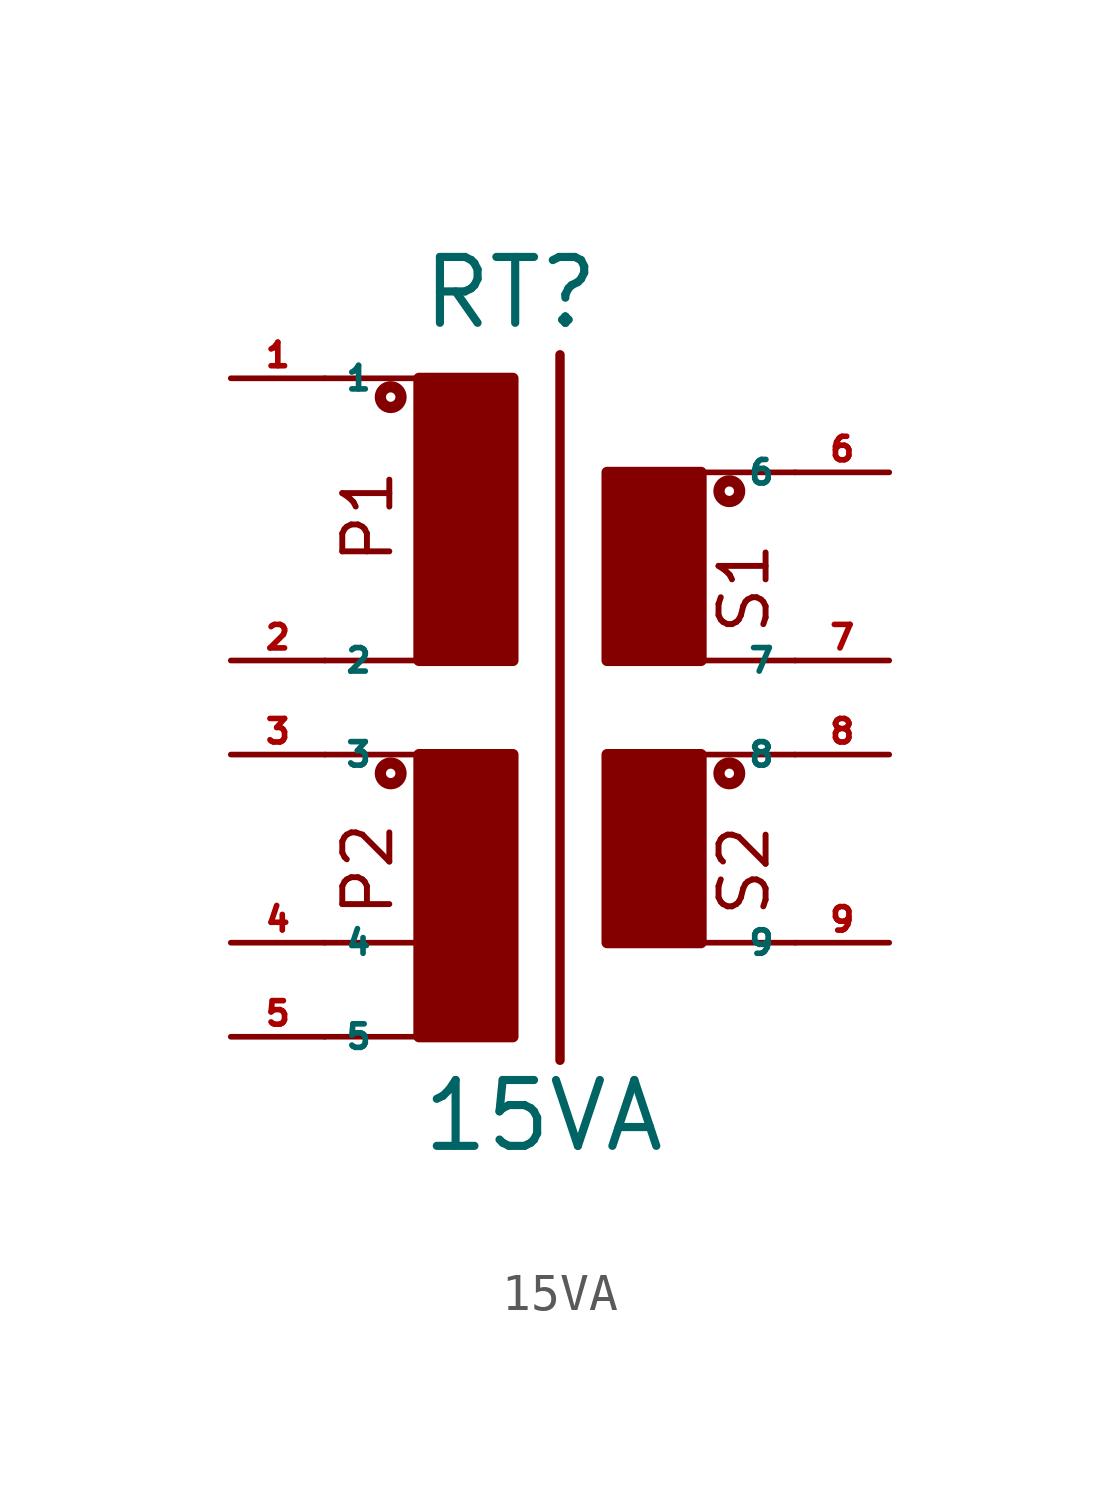
<source format=kicad_sym>
(kicad_symbol_lib
  (version 20220914)
  (generator Eagle2Kicad)
  (symbol "15VA"
    (property "Reference" "RT"
      (at -2.54 8.89 0)
      (effects (font (size 1.778 1.778) (thickness 0.22)) (justify left bottom)))
    (property "Value" "15VA"
      (at -2.54 -13.335 0)
      (effects (font (size 1.778 1.778) (thickness 0.22)) (justify left bottom)))
    (polyline
      (pts (xy -5.08 7.62) (xy -2.54 7.62))
      (stroke (width 0.152) (type default))
      (fill (type none)))
    (polyline
      (pts (xy 0 7.62) (xy 0 0))
      (stroke (width 0.254) (type default))
      (fill (type none)))
    (polyline
      (pts (xy 0 0) (xy -2.54 0))
      (stroke (width 0.254) (type default))
      (fill (type none)))
    (polyline
      (pts (xy 2.54 5.08) (xy 2.54 0))
      (stroke (width 0.254) (type default))
      (fill (type none)))
    (polyline
      (pts (xy 2.54 0) (xy 5.08 0))
      (stroke (width 0.254) (type default))
      (fill (type none)))
    (polyline
      (pts (xy 2.54 5.08) (xy 5.08 5.08))
      (stroke (width 0.254) (type default))
      (fill (type none)))
    (polyline
      (pts (xy 7.62 -2.54) (xy 5.08 -2.54))
      (stroke (width 0.152) (type default))
      (fill (type none)))
    (polyline
      (pts (xy 2.54 -2.54) (xy 2.54 -7.62))
      (stroke (width 0.254) (type default))
      (fill (type none)))
    (polyline
      (pts (xy 2.54 -7.62) (xy 5.08 -7.62))
      (stroke (width 0.254) (type default))
      (fill (type none)))
    (polyline
      (pts (xy 1.27 8.255) (xy 1.27 -10.795))
      (stroke (width 0.254) (type default))
      (fill (type none)))
    (polyline
      (pts (xy 5.08 5.08) (xy 5.08 0))
      (stroke (width 0.254) (type default))
      (fill (type none)))
    (polyline
      (pts (xy 5.08 5.08) (xy 7.62 5.08))
      (stroke (width 0.152) (type default))
      (fill (type none)))
    (polyline
      (pts (xy 5.08 0) (xy 7.62 0))
      (stroke (width 0.152) (type default))
      (fill (type none)))
    (polyline
      (pts (xy 5.08 -2.54) (xy 5.08 -7.62))
      (stroke (width 0.254) (type default))
      (fill (type none)))
    (polyline
      (pts (xy 5.08 -2.54) (xy 2.54 -2.54))
      (stroke (width 0.254) (type default))
      (fill (type none)))
    (polyline
      (pts (xy 5.08 -7.62) (xy 7.62 -7.62))
      (stroke (width 0.152) (type default))
      (fill (type none)))
    (polyline
      (pts (xy -2.54 7.62) (xy -2.54 0))
      (stroke (width 0.254) (type default))
      (fill (type none)))
    (polyline
      (pts (xy -2.54 7.62) (xy 0 7.62))
      (stroke (width 0.254) (type default))
      (fill (type none)))
    (polyline
      (pts (xy -2.54 0) (xy -5.08 0))
      (stroke (width 0.152) (type default))
      (fill (type none)))
    (polyline
      (pts (xy -5.08 -2.54) (xy -2.54 -2.54))
      (stroke (width 0.152) (type default))
      (fill (type none)))
    (polyline
      (pts (xy -2.54 -2.54) (xy 0 -2.54))
      (stroke (width 0.254) (type default))
      (fill (type none)))
    (polyline
      (pts (xy 0 -2.54) (xy 0 -10.16))
      (stroke (width 0.254) (type default))
      (fill (type none)))
    (polyline
      (pts (xy -2.54 -2.54) (xy -2.54 -7.62))
      (stroke (width 0.254) (type default))
      (fill (type none)))
    (polyline
      (pts (xy 0 -10.16) (xy -2.54 -10.16))
      (stroke (width 0.254) (type default))
      (fill (type none)))
    (polyline
      (pts (xy -2.54 -10.16) (xy -5.08 -10.16))
      (stroke (width 0.152) (type default))
      (fill (type none)))
    (polyline
      (pts (xy -5.08 -7.62) (xy -2.54 -7.62))
      (stroke (width 0.152) (type default))
      (fill (type none)))
    (polyline
      (pts (xy -2.54 -7.62) (xy -2.54 -10.16))
      (stroke (width 0.254) (type default))
      (fill (type none)))
    (text "P1"
      (at -3.175 2.54 900)
      (effects (font (size 1.27 1.27) (thickness 0.16)) (justify left bottom)))
    (text "P2"
      (at -3.175 -6.985 900)
      (effects (font (size 1.27 1.27) (thickness 0.16)) (justify left bottom)))
    (text "S1"
      (at 6.985 0.635 900)
      (effects (font (size 1.27 1.27) (thickness 0.16)) (justify left bottom)))
    (text "S2"
      (at 6.985 -6.985 900)
      (effects (font (size 1.27 1.27) (thickness 0.16)) (justify left bottom)))
    (circle
      (center -3.302 7.112)
      (radius 0.127)
      (stroke (width 0.305) (type default))
      (fill (type none)))
    (circle
      (center -3.302 -3.048)
      (radius 0.127)
      (stroke (width 0.305) (type default))
      (fill (type none)))
    (circle
      (center 5.842 4.572)
      (radius 0.127)
      (stroke (width 0.305) (type default))
      (fill (type none)))
    (circle
      (center 5.842 -3.048)
      (radius 0.127)
      (stroke (width 0.305) (type default))
      (fill (type none)))
    (rectangle
      (start 2.54 0)
      (end 5.08 5.08)
      (stroke (width 0.3) (type default))
      (fill (type outline)))
    (rectangle
      (start 2.54 -7.62)
      (end 5.08 -2.54)
      (stroke (width 0.3) (type default))
      (fill (type outline)))
    (rectangle
      (start -2.54 -10.16)
      (end 0 -2.54)
      (stroke (width 0.3) (type default))
      (fill (type outline)))
    (rectangle
      (start -2.54 0)
      (end 0 7.62)
      (stroke (width 0.3) (type default))
      (fill (type outline)))
    (pin passive line
      (at -7.62 7.62 0)
      (length 2.54)
      (name "1" (effects (font (size 0.635 0.635) (thickness 0.08)) (justify left bottom)))
      (number "1" (effects (font (size 0.635 0.635) (thickness 0.08)) (justify left bottom))))
    (pin passive line
      (at -7.62 0 0)
      (length 2.54)
      (name "2" (effects (font (size 0.635 0.635) (thickness 0.08)) (justify left bottom)))
      (number "2" (effects (font (size 0.635 0.635) (thickness 0.08)) (justify left bottom))))
    (pin passive line
      (at 10.16 5.08 180)
      (length 2.54)
      (name "6" (effects (font (size 0.635 0.635) (thickness 0.08)) (justify left bottom)))
      (number "6" (effects (font (size 0.635 0.635) (thickness 0.08)) (justify left bottom))))
    (pin passive line
      (at 10.16 0 180)
      (length 2.54)
      (name "7" (effects (font (size 0.635 0.635) (thickness 0.08)) (justify left bottom)))
      (number "7" (effects (font (size 0.635 0.635) (thickness 0.08)) (justify left bottom))))
    (pin passive line
      (at 10.16 -2.54 180)
      (length 2.54)
      (name "8" (effects (font (size 0.635 0.635) (thickness 0.08)) (justify left bottom)))
      (number "8" (effects (font (size 0.635 0.635) (thickness 0.08)) (justify left bottom))))
    (pin passive line
      (at 10.16 -7.62 180)
      (length 2.54)
      (name "9" (effects (font (size 0.635 0.635) (thickness 0.08)) (justify left bottom)))
      (number "9" (effects (font (size 0.635 0.635) (thickness 0.08)) (justify left bottom))))
    (pin passive line
      (at -7.62 -2.54 0)
      (length 2.54)
      (name "3" (effects (font (size 0.635 0.635) (thickness 0.08)) (justify left bottom)))
      (number "3" (effects (font (size 0.635 0.635) (thickness 0.08)) (justify left bottom))))
    (pin passive line
      (at -7.62 -7.62 0)
      (length 2.54)
      (name "4" (effects (font (size 0.635 0.635) (thickness 0.08)) (justify left bottom)))
      (number "4" (effects (font (size 0.635 0.635) (thickness 0.08)) (justify left bottom))))
    (pin passive line
      (at -7.62 -10.16 0)
      (length 2.54)
      (name "5" (effects (font (size 0.635 0.635) (thickness 0.08)) (justify left bottom)))
      (number "5" (effects (font (size 0.635 0.635) (thickness 0.08)) (justify left bottom))))))
</source>
